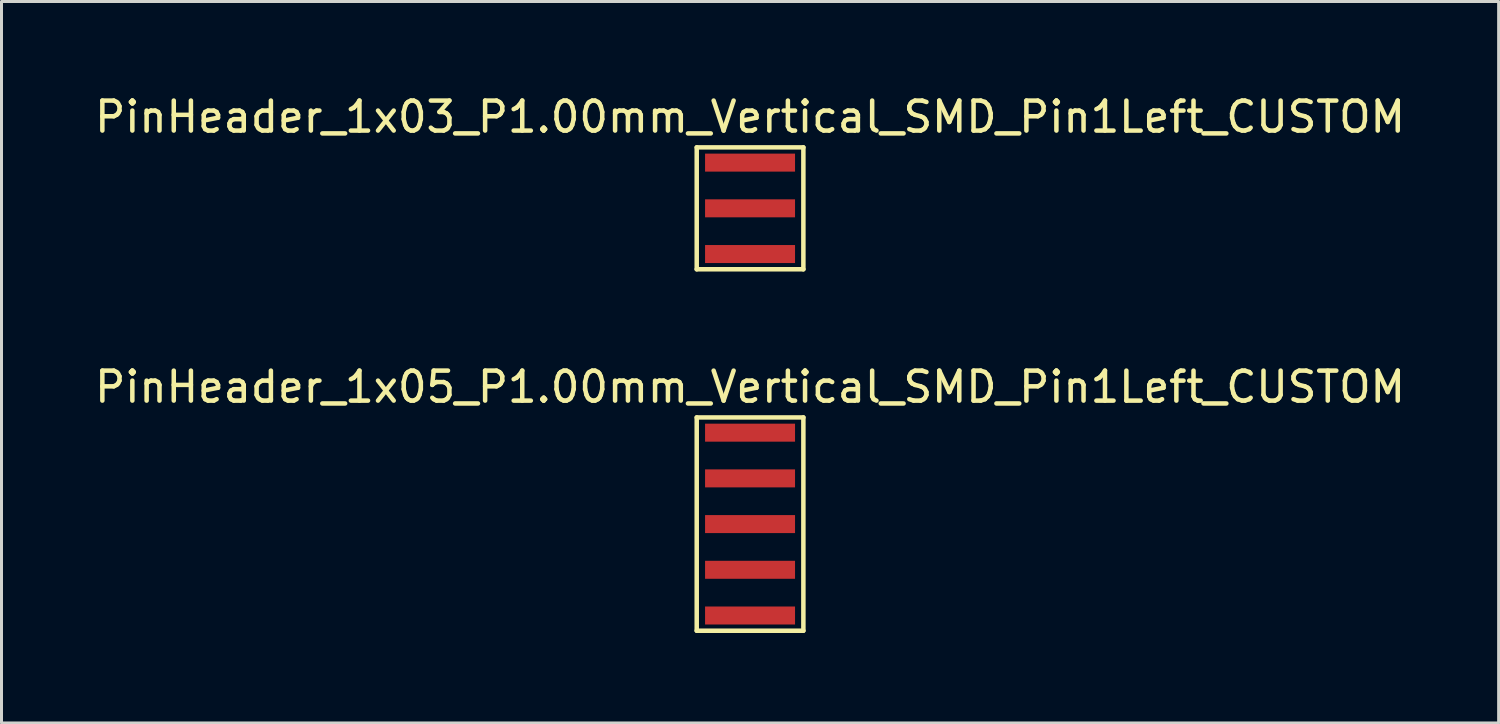
<source format=kicad_pcb>
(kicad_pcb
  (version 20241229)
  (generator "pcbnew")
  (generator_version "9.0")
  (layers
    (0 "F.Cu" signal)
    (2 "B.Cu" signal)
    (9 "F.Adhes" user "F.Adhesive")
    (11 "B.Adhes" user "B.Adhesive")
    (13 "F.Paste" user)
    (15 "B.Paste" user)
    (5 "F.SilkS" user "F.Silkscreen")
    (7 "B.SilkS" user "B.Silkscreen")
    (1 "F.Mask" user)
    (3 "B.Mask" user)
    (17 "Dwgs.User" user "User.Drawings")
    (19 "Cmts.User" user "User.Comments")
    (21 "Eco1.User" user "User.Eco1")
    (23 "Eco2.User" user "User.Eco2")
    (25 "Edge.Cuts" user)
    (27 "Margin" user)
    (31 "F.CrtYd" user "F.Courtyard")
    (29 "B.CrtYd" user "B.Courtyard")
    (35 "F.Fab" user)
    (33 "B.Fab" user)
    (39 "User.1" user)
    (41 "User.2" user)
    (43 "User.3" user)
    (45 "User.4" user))
  (footprint "PinHeader_1x05_P1.00mm_Vertical_SMD_Pin1Left_CUSTOM"
    (layer "F.Cu")
    (at 21.958 13.408)
    (property "Reference" "PinHeader_1x05_P1.00mm_Vertical_SMD_Pin1Left_CUSTOM" (at 0 -3.556 0) (layer "F.SilkS") (effects (font (size 1 1) (thickness 0.15))))
    (attr smd)
    (fp_line (start -1.778 -2.54) (end -1.778 4.572) (stroke (width 0.15) (type solid)) (layer "F.SilkS"))
    (fp_line (start -1.778 4.572) (end 1.778 4.572) (stroke (width 0.15) (type solid)) (layer "F.SilkS"))
    (fp_line (start 1.778 -2.54) (end -1.778 -2.54) (stroke (width 0.15) (type solid)) (layer "F.SilkS"))
    (fp_line (start 1.778 4.572) (end 1.778 -2.54) (stroke (width 0.15) (type solid)) (layer "F.SilkS"))
    (pad "1" smd rect (at 0 -2.032) (size 3 0.6) (layers "F.Cu" "F.Mask" "F.Paste"))
    (pad "2" smd rect (at 0 -0.508) (size 3 0.6) (layers "F.Cu" "F.Mask" "F.Paste"))
    (pad "3" smd rect (at 0 1.016) (size 3 0.6) (layers "F.Cu" "F.Mask" "F.Paste"))
    (pad "4" smd rect (at 0 2.54) (size 3 0.6) (layers "F.Cu" "F.Mask" "F.Paste"))
    (pad "5" smd rect (at 0 4.064) (size 3 0.6) (layers "F.Cu" "F.Mask" "F.Paste")))
  (footprint "PinHeader_1x03_P1.00mm_Vertical_SMD_Pin1Left_CUSTOM"
    (layer "F.Cu")
    (at 21.958 4.404)
    (property "Reference" "PinHeader_1x03_P1.00mm_Vertical_SMD_Pin1Left_CUSTOM" (at 0 -3.556 0) (layer "F.SilkS") (effects (font (size 1 1) (thickness 0.15))))
    (attr smd)
    (fp_line (start -1.778 -2.54) (end -1.778 1.524) (stroke (width 0.15) (type solid)) (layer "F.SilkS"))
    (fp_line (start -1.778 1.524) (end 1.778 1.524) (stroke (width 0.15) (type solid)) (layer "F.SilkS"))
    (fp_line (start 1.778 -2.54) (end -1.778 -2.54) (stroke (width 0.15) (type solid)) (layer "F.SilkS"))
    (fp_line (start 1.778 1.524) (end 1.778 -2.54) (stroke (width 0.15) (type solid)) (layer "F.SilkS"))
    (pad "1" smd rect (at 0 -2.032) (size 3 0.6) (layers "F.Cu" "F.Mask" "F.Paste"))
    (pad "2" smd rect (at 0 -0.508) (size 3 0.6) (layers "F.Cu" "F.Mask" "F.Paste"))
    (pad "3" smd rect (at 0 1.016) (size 3 0.6) (layers "F.Cu" "F.Mask" "F.Paste")))
  (gr_rect
    (start -3 -3)
    (end 46.917 21.055)
    (stroke (width 0.1) (type default))
    (fill no)
    (layer "Edge.Cuts")))
</source>
